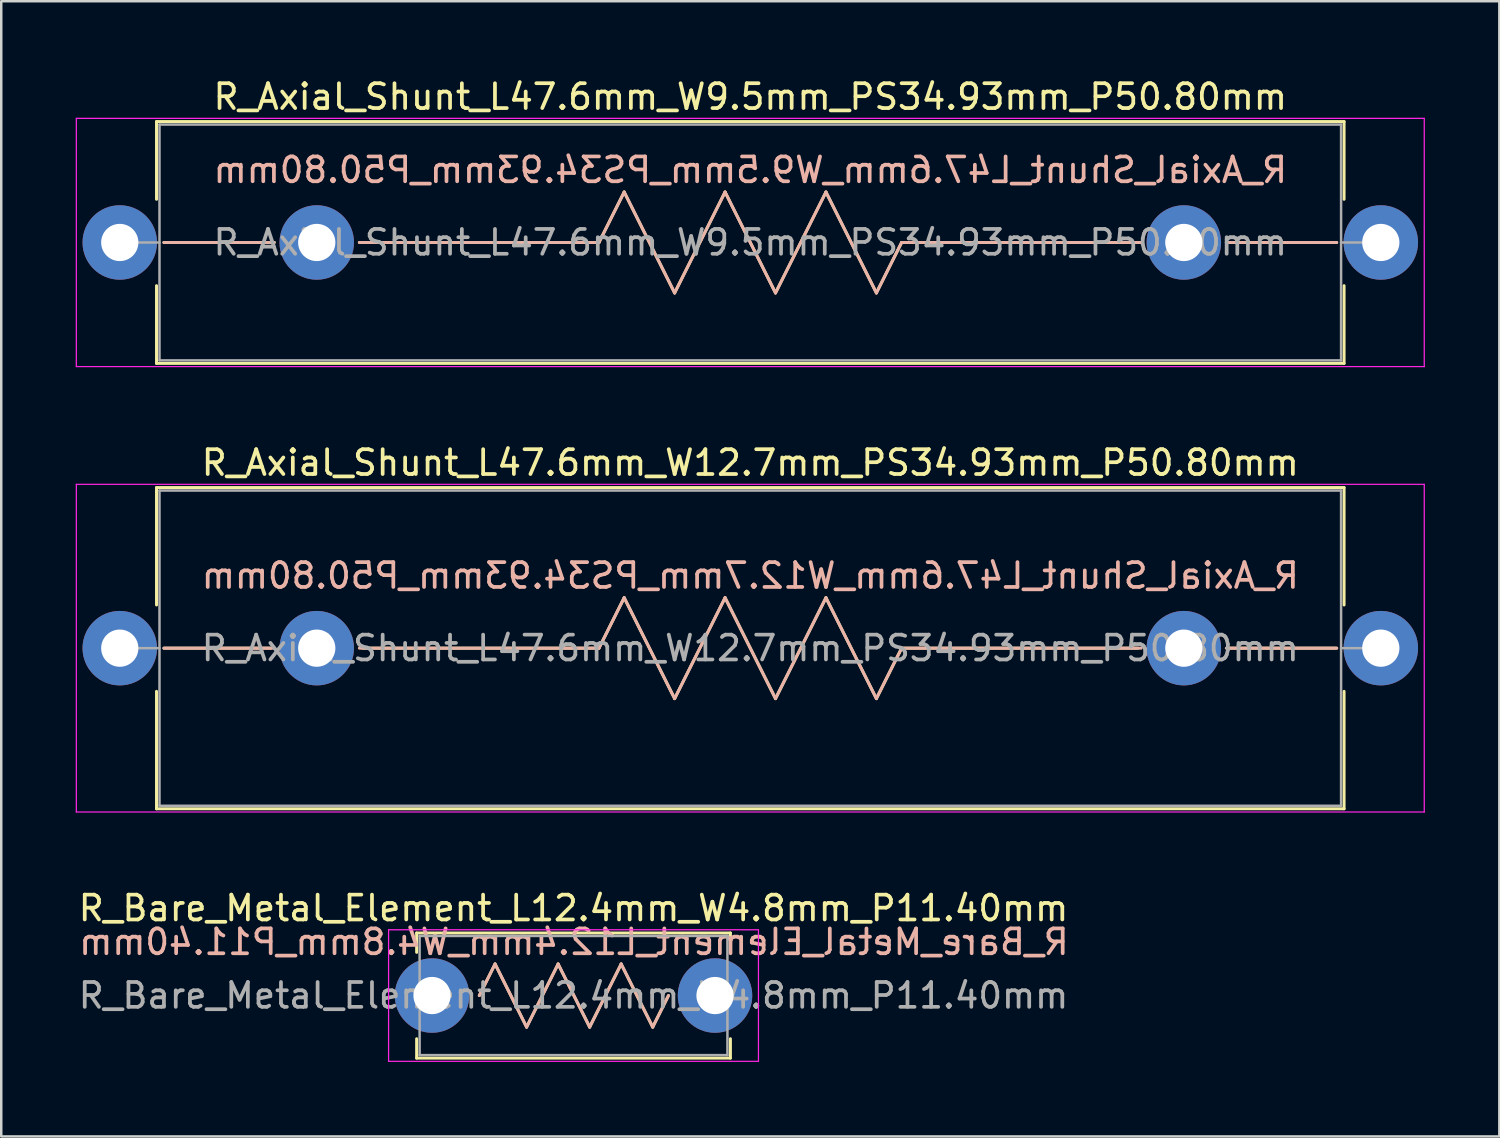
<source format=kicad_pcb>
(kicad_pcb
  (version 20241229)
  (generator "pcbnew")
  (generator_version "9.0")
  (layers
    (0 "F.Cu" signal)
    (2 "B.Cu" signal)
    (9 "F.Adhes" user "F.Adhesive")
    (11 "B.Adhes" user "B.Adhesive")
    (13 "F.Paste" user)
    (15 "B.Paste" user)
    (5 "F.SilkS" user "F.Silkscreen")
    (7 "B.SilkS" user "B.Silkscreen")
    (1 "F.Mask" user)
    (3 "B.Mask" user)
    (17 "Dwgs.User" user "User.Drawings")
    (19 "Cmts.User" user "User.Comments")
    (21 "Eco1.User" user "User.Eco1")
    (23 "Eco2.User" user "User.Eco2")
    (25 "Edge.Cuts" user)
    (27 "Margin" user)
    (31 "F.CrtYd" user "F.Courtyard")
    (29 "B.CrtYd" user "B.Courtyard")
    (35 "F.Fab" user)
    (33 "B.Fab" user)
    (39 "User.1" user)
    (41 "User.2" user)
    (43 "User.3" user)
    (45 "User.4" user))
  (footprint "R_Axial_Shunt_L47.6mm_W9.5mm_PS34.93mm_P50.80mm"
    (layer "F.Cu")
    (at 1.775 6.718)
    (property "Reference" "R_Axial_Shunt_L47.6mm_W9.5mm_PS34.93mm_P50.80mm" (at 25.4 -5.87 0) (layer "F.SilkS") (effects (font (size 1 1) (thickness 0.15))))
    (attr through_hole)
    (fp_line (start 1.48 -4.87) (end 49.32 -4.87) (stroke (width 0.12) (type solid)) (layer "F.SilkS"))
    (fp_line (start 1.48 -1.74) (end 1.48 -4.87) (stroke (width 0.12) (type solid)) (layer "F.SilkS"))
    (fp_line (start 1.48 1.74) (end 1.48 4.87) (stroke (width 0.12) (type solid)) (layer "F.SilkS"))
    (fp_line (start 1.48 4.87) (end 49.32 4.87) (stroke (width 0.12) (type solid)) (layer "F.SilkS"))
    (fp_line (start 1.778 0) (end 6.223 0) (stroke (width 0.12) (type solid)) (layer "F.SilkS"))
    (fp_line (start 9.652 0) (end 19.304 0) (stroke (width 0.12) (type solid)) (layer "F.SilkS"))
    (fp_line (start 19.304 0) (end 20.32 -2.032) (stroke (width 0.12) (type solid)) (layer "F.SilkS"))
    (fp_line (start 20.32 -2.032) (end 22.352 2.032) (stroke (width 0.12) (type solid)) (layer "F.SilkS"))
    (fp_line (start 22.352 2.032) (end 24.384 -2.032) (stroke (width 0.12) (type solid)) (layer "F.SilkS"))
    (fp_line (start 24.384 -2.032) (end 26.416 2.032) (stroke (width 0.12) (type solid)) (layer "F.SilkS"))
    (fp_line (start 26.416 2.032) (end 28.448 -2.032) (stroke (width 0.12) (type solid)) (layer "F.SilkS"))
    (fp_line (start 28.448 -2.032) (end 30.48 2.032) (stroke (width 0.12) (type solid)) (layer "F.SilkS"))
    (fp_line (start 30.48 2.032) (end 31.496 0) (stroke (width 0.12) (type solid)) (layer "F.SilkS"))
    (fp_line (start 41.148 0) (end 31.496 0) (stroke (width 0.12) (type solid)) (layer "F.SilkS"))
    (fp_line (start 44.577 0) (end 49.022 0) (stroke (width 0.12) (type solid)) (layer "F.SilkS"))
    (fp_line (start 49.32 -4.87) (end 49.32 -1.74) (stroke (width 0.12) (type solid)) (layer "F.SilkS"))
    (fp_line (start 49.32 4.87) (end 49.32 1.74) (stroke (width 0.12) (type solid)) (layer "F.SilkS"))
    (fp_line (start 1.778 0) (end 6.223 0) (stroke (width 0.12) (type solid)) (layer "B.SilkS"))
    (fp_line (start 9.652 0) (end 19.304 0) (stroke (width 0.12) (type solid)) (layer "B.SilkS"))
    (fp_line (start 19.304 0) (end 20.32 -2.032) (stroke (width 0.12) (type solid)) (layer "B.SilkS"))
    (fp_line (start 20.32 -2.032) (end 22.352 2.032) (stroke (width 0.12) (type solid)) (layer "B.SilkS"))
    (fp_line (start 22.352 2.032) (end 24.384 -2.032) (stroke (width 0.12) (type solid)) (layer "B.SilkS"))
    (fp_line (start 24.384 -2.032) (end 26.416 2.032) (stroke (width 0.12) (type solid)) (layer "B.SilkS"))
    (fp_line (start 26.416 2.032) (end 28.448 -2.032) (stroke (width 0.12) (type solid)) (layer "B.SilkS"))
    (fp_line (start 28.448 -2.032) (end 30.48 2.032) (stroke (width 0.12) (type solid)) (layer "B.SilkS"))
    (fp_line (start 30.48 2.032) (end 31.496 0) (stroke (width 0.12) (type solid)) (layer "B.SilkS"))
    (fp_line (start 31.496 0) (end 41.148 0) (stroke (width 0.12) (type solid)) (layer "B.SilkS"))
    (fp_line (start 44.577 0) (end 49.022 0) (stroke (width 0.12) (type solid)) (layer "B.SilkS"))
    (fp_line (start -1.75 -5) (end -1.75 5) (stroke (width 0.05) (type solid)) (layer "F.CrtYd"))
    (fp_line (start -1.75 5) (end 52.55 5) (stroke (width 0.05) (type solid)) (layer "F.CrtYd"))
    (fp_line (start 52.55 -5) (end -1.75 -5) (stroke (width 0.05) (type solid)) (layer "F.CrtYd"))
    (fp_line (start 52.55 5) (end 52.55 -5) (stroke (width 0.05) (type solid)) (layer "F.CrtYd"))
    (fp_line (start 0 0) (end 1.6 0) (stroke (width 0.1) (type solid)) (layer "F.Fab"))
    (fp_line (start 1.6 -4.75) (end 1.6 4.75) (stroke (width 0.1) (type solid)) (layer "F.Fab"))
    (fp_line (start 1.6 4.75) (end 49.2 4.75) (stroke (width 0.1) (type solid)) (layer "F.Fab"))
    (fp_line (start 49.2 -4.75) (end 1.6 -4.75) (stroke (width 0.1) (type solid)) (layer "F.Fab"))
    (fp_line (start 49.2 4.75) (end 49.2 -4.75) (stroke (width 0.1) (type solid)) (layer "F.Fab"))
    (fp_line (start 50.8 0) (end 49.2 0) (stroke (width 0.1) (type solid)) (layer "F.Fab"))
    (fp_text user "${REFERENCE}" (at 25.4 -2.921 0) (unlocked yes) (layer "B.SilkS") (effects (font (size 1 1) (thickness 0.15)) (justify mirror)))
    (fp_text user "${REFERENCE}" (at 25.4 0 0) (layer "F.Fab") (effects (font (size 1 1) (thickness 0.15))))
    (pad "1" thru_hole circle (at 0 0) (size 3 3) (drill 1.5) (layers "*.Cu" "*.Mask"))
    (pad "2" thru_hole oval (at 7.935 0) (size 3 3) (drill 1.5) (layers "*.Cu" "*.Mask"))
    (pad "3" thru_hole oval (at 42.865 0) (size 3 3) (drill 1.5) (layers "*.Cu" "*.Mask"))
    (pad "4" thru_hole oval (at 50.8 0) (size 3 3) (drill 1.5) (layers "*.Cu" "*.Mask")))
  (footprint "R_Axial_Shunt_L47.6mm_W12.7mm_PS34.93mm_P50.80mm"
    (layer "F.Cu")
    (at 1.775 23.061)
    (property "Reference" "R_Axial_Shunt_L47.6mm_W12.7mm_PS34.93mm_P50.80mm" (at 25.4 -7.47 0) (layer "F.SilkS") (effects (font (size 1 1) (thickness 0.15))))
    (attr through_hole)
    (fp_line (start 1.48 -6.47) (end 49.32 -6.47) (stroke (width 0.12) (type solid)) (layer "F.SilkS"))
    (fp_line (start 1.48 -1.74) (end 1.48 -6.47) (stroke (width 0.12) (type solid)) (layer "F.SilkS"))
    (fp_line (start 1.48 1.74) (end 1.48 6.47) (stroke (width 0.12) (type solid)) (layer "F.SilkS"))
    (fp_line (start 1.48 6.47) (end 49.32 6.47) (stroke (width 0.12) (type solid)) (layer "F.SilkS"))
    (fp_line (start 1.778 0) (end 6.096 0) (stroke (width 0.12) (type solid)) (layer "F.SilkS"))
    (fp_line (start 9.779 0) (end 19.304 0) (stroke (width 0.12) (type solid)) (layer "F.SilkS"))
    (fp_line (start 19.304 0) (end 20.32 -2.032) (stroke (width 0.12) (type solid)) (layer "F.SilkS"))
    (fp_line (start 20.32 -2.032) (end 22.352 2.032) (stroke (width 0.12) (type solid)) (layer "F.SilkS"))
    (fp_line (start 22.352 2.032) (end 24.384 -2.032) (stroke (width 0.12) (type solid)) (layer "F.SilkS"))
    (fp_line (start 24.384 -2.032) (end 26.416 2.032) (stroke (width 0.12) (type solid)) (layer "F.SilkS"))
    (fp_line (start 26.416 2.032) (end 28.448 -2.032) (stroke (width 0.12) (type solid)) (layer "F.SilkS"))
    (fp_line (start 28.448 -2.032) (end 30.48 2.032) (stroke (width 0.12) (type solid)) (layer "F.SilkS"))
    (fp_line (start 30.48 2.032) (end 31.496 0) (stroke (width 0.12) (type solid)) (layer "F.SilkS"))
    (fp_line (start 41.021 0) (end 31.496 0) (stroke (width 0.12) (type solid)) (layer "F.SilkS"))
    (fp_line (start 44.704 0) (end 49.022 0) (stroke (width 0.12) (type solid)) (layer "F.SilkS"))
    (fp_line (start 49.32 -6.47) (end 49.32 -1.74) (stroke (width 0.12) (type solid)) (layer "F.SilkS"))
    (fp_line (start 49.32 6.47) (end 49.32 1.74) (stroke (width 0.12) (type solid)) (layer "F.SilkS"))
    (fp_line (start 1.778 0) (end 6.223 0) (stroke (width 0.12) (type solid)) (layer "B.SilkS"))
    (fp_line (start 9.652 0) (end 19.304 0) (stroke (width 0.12) (type solid)) (layer "B.SilkS"))
    (fp_line (start 19.304 0) (end 20.32 -2.032) (stroke (width 0.12) (type solid)) (layer "B.SilkS"))
    (fp_line (start 20.32 -2.032) (end 22.352 2.032) (stroke (width 0.12) (type solid)) (layer "B.SilkS"))
    (fp_line (start 22.352 2.032) (end 24.384 -2.032) (stroke (width 0.12) (type solid)) (layer "B.SilkS"))
    (fp_line (start 24.384 -2.032) (end 26.416 2.032) (stroke (width 0.12) (type solid)) (layer "B.SilkS"))
    (fp_line (start 26.416 2.032) (end 28.448 -2.032) (stroke (width 0.12) (type solid)) (layer "B.SilkS"))
    (fp_line (start 28.448 -2.032) (end 30.48 2.032) (stroke (width 0.12) (type solid)) (layer "B.SilkS"))
    (fp_line (start 30.48 2.032) (end 31.496 0) (stroke (width 0.12) (type solid)) (layer "B.SilkS"))
    (fp_line (start 31.496 0) (end 41.148 0) (stroke (width 0.12) (type solid)) (layer "B.SilkS"))
    (fp_line (start 44.577 0) (end 49.022 0) (stroke (width 0.12) (type solid)) (layer "B.SilkS"))
    (fp_line (start -1.75 -6.6) (end -1.75 6.6) (stroke (width 0.05) (type solid)) (layer "F.CrtYd"))
    (fp_line (start -1.75 6.6) (end 52.55 6.6) (stroke (width 0.05) (type solid)) (layer "F.CrtYd"))
    (fp_line (start 52.55 -6.6) (end -1.75 -6.6) (stroke (width 0.05) (type solid)) (layer "F.CrtYd"))
    (fp_line (start 52.55 6.6) (end 52.55 -6.6) (stroke (width 0.05) (type solid)) (layer "F.CrtYd"))
    (fp_line (start 0 0) (end 1.6 0) (stroke (width 0.1) (type solid)) (layer "F.Fab"))
    (fp_line (start 1.6 -6.35) (end 1.6 6.35) (stroke (width 0.1) (type solid)) (layer "F.Fab"))
    (fp_line (start 1.6 6.35) (end 49.2 6.35) (stroke (width 0.1) (type solid)) (layer "F.Fab"))
    (fp_line (start 49.2 -6.35) (end 1.6 -6.35) (stroke (width 0.1) (type solid)) (layer "F.Fab"))
    (fp_line (start 49.2 6.35) (end 49.2 -6.35) (stroke (width 0.1) (type solid)) (layer "F.Fab"))
    (fp_line (start 50.8 0) (end 49.2 0) (stroke (width 0.1) (type solid)) (layer "F.Fab"))
    (fp_text user "${REFERENCE}" (at 25.4 -2.921 0) (unlocked yes) (layer "B.SilkS") (effects (font (size 1 1) (thickness 0.15)) (justify mirror)))
    (fp_text user "${REFERENCE}" (at 25.4 0 0) (layer "F.Fab") (effects (font (size 1 1) (thickness 0.15))))
    (pad "1" thru_hole circle (at 0 0) (size 3 3) (drill 1.5) (layers "*.Cu" "*.Mask"))
    (pad "2" thru_hole oval (at 7.935 0) (size 3 3) (drill 1.5) (layers "*.Cu" "*.Mask"))
    (pad "3" thru_hole oval (at 42.865 0) (size 3 3) (drill 1.5) (layers "*.Cu" "*.Mask"))
    (pad "4" thru_hole oval (at 50.8 0) (size 3 3) (drill 1.5) (layers "*.Cu" "*.Mask")))
  (footprint "R_Bare_Metal_Element_L12.4mm_W4.8mm_P11.40mm"
    (layer "F.Cu")
    (at 14.354 37.055)
    (property "Reference" "R_Bare_Metal_Element_L12.4mm_W4.8mm_P11.40mm" (at 5.7 -3.52 0) (layer "F.SilkS") (effects (font (size 1 1) (thickness 0.15))))
    (attr through_hole)
    (fp_line (start -0.62 -2.52) (end 12.02 -2.52) (stroke (width 0.12) (type solid)) (layer "F.SilkS"))
    (fp_line (start -0.62 -1.74) (end -0.62 -2.52) (stroke (width 0.12) (type solid)) (layer "F.SilkS"))
    (fp_line (start -0.62 1.74) (end -0.62 2.52) (stroke (width 0.12) (type solid)) (layer "F.SilkS"))
    (fp_line (start -0.62 2.52) (end 12.02 2.52) (stroke (width 0.12) (type solid)) (layer "F.SilkS"))
    (fp_line (start 1.905 0) (end 2.54 -1.27) (stroke (width 0.12) (type solid)) (layer "F.SilkS"))
    (fp_line (start 2.54 -1.27) (end 3.81 1.27) (stroke (width 0.12) (type solid)) (layer "F.SilkS"))
    (fp_line (start 3.81 1.27) (end 5.08 -1.27) (stroke (width 0.12) (type solid)) (layer "F.SilkS"))
    (fp_line (start 5.08 -1.27) (end 6.35 1.27) (stroke (width 0.12) (type solid)) (layer "F.SilkS"))
    (fp_line (start 6.35 1.27) (end 7.62 -1.27) (stroke (width 0.12) (type solid)) (layer "F.SilkS"))
    (fp_line (start 7.62 -1.27) (end 8.89 1.27) (stroke (width 0.12) (type solid)) (layer "F.SilkS"))
    (fp_line (start 8.89 1.27) (end 9.525 0) (stroke (width 0.12) (type solid)) (layer "F.SilkS"))
    (fp_line (start 12.02 -2.52) (end 12.02 -1.74) (stroke (width 0.12) (type solid)) (layer "F.SilkS"))
    (fp_line (start 12.02 2.52) (end 12.02 1.74) (stroke (width 0.12) (type solid)) (layer "F.SilkS"))
    (fp_line (start 1.905 0) (end 2.54 -1.27) (stroke (width 0.12) (type solid)) (layer "B.SilkS"))
    (fp_line (start 2.54 -1.27) (end 3.81 1.27) (stroke (width 0.12) (type solid)) (layer "B.SilkS"))
    (fp_line (start 3.81 1.27) (end 5.08 -1.27) (stroke (width 0.12) (type solid)) (layer "B.SilkS"))
    (fp_line (start 5.08 -1.27) (end 6.35 1.27) (stroke (width 0.12) (type solid)) (layer "B.SilkS"))
    (fp_line (start 6.35 1.27) (end 7.62 -1.27) (stroke (width 0.12) (type solid)) (layer "B.SilkS"))
    (fp_line (start 7.62 -1.27) (end 8.89 1.27) (stroke (width 0.12) (type solid)) (layer "B.SilkS"))
    (fp_line (start 8.89 1.27) (end 9.525 0) (stroke (width 0.12) (type solid)) (layer "B.SilkS"))
    (fp_line (start -1.75 -2.65) (end -1.75 2.65) (stroke (width 0.05) (type solid)) (layer "F.CrtYd"))
    (fp_line (start -1.75 2.65) (end 13.15 2.65) (stroke (width 0.05) (type solid)) (layer "F.CrtYd"))
    (fp_line (start 13.15 -2.65) (end -1.75 -2.65) (stroke (width 0.05) (type solid)) (layer "F.CrtYd"))
    (fp_line (start 13.15 2.65) (end 13.15 -2.65) (stroke (width 0.05) (type solid)) (layer "F.CrtYd"))
    (fp_line (start -0.5 -2.4) (end -0.5 2.4) (stroke (width 0.1) (type solid)) (layer "F.Fab"))
    (fp_line (start -0.5 2.4) (end 11.9 2.4) (stroke (width 0.1) (type solid)) (layer "F.Fab"))
    (fp_line (start 11.9 -2.4) (end -0.5 -2.4) (stroke (width 0.1) (type solid)) (layer "F.Fab"))
    (fp_line (start 11.9 2.4) (end 11.9 -2.4) (stroke (width 0.1) (type solid)) (layer "F.Fab"))
    (fp_text user "${REFERENCE}" (at 5.715 -2.159 0) (unlocked yes) (layer "B.SilkS") (effects (font (size 1 1) (thickness 0.15)) (justify mirror)))
    (fp_text user "${REFERENCE}" (at 5.7 0 0) (layer "F.Fab") (effects (font (size 1 1) (thickness 0.15))))
    (pad "1" thru_hole circle (at 0 0) (size 3 3) (drill 1.5) (layers "*.Cu" "*.Mask"))
    (pad "2" thru_hole oval (at 11.4 0) (size 3 3) (drill 1.5) (layers "*.Cu" "*.Mask")))
  (gr_rect
    (start -3 -3)
    (end 57.35 42.73)
    (stroke (width 0.1) (type default))
    (fill no)
    (layer "Edge.Cuts")))
</source>
